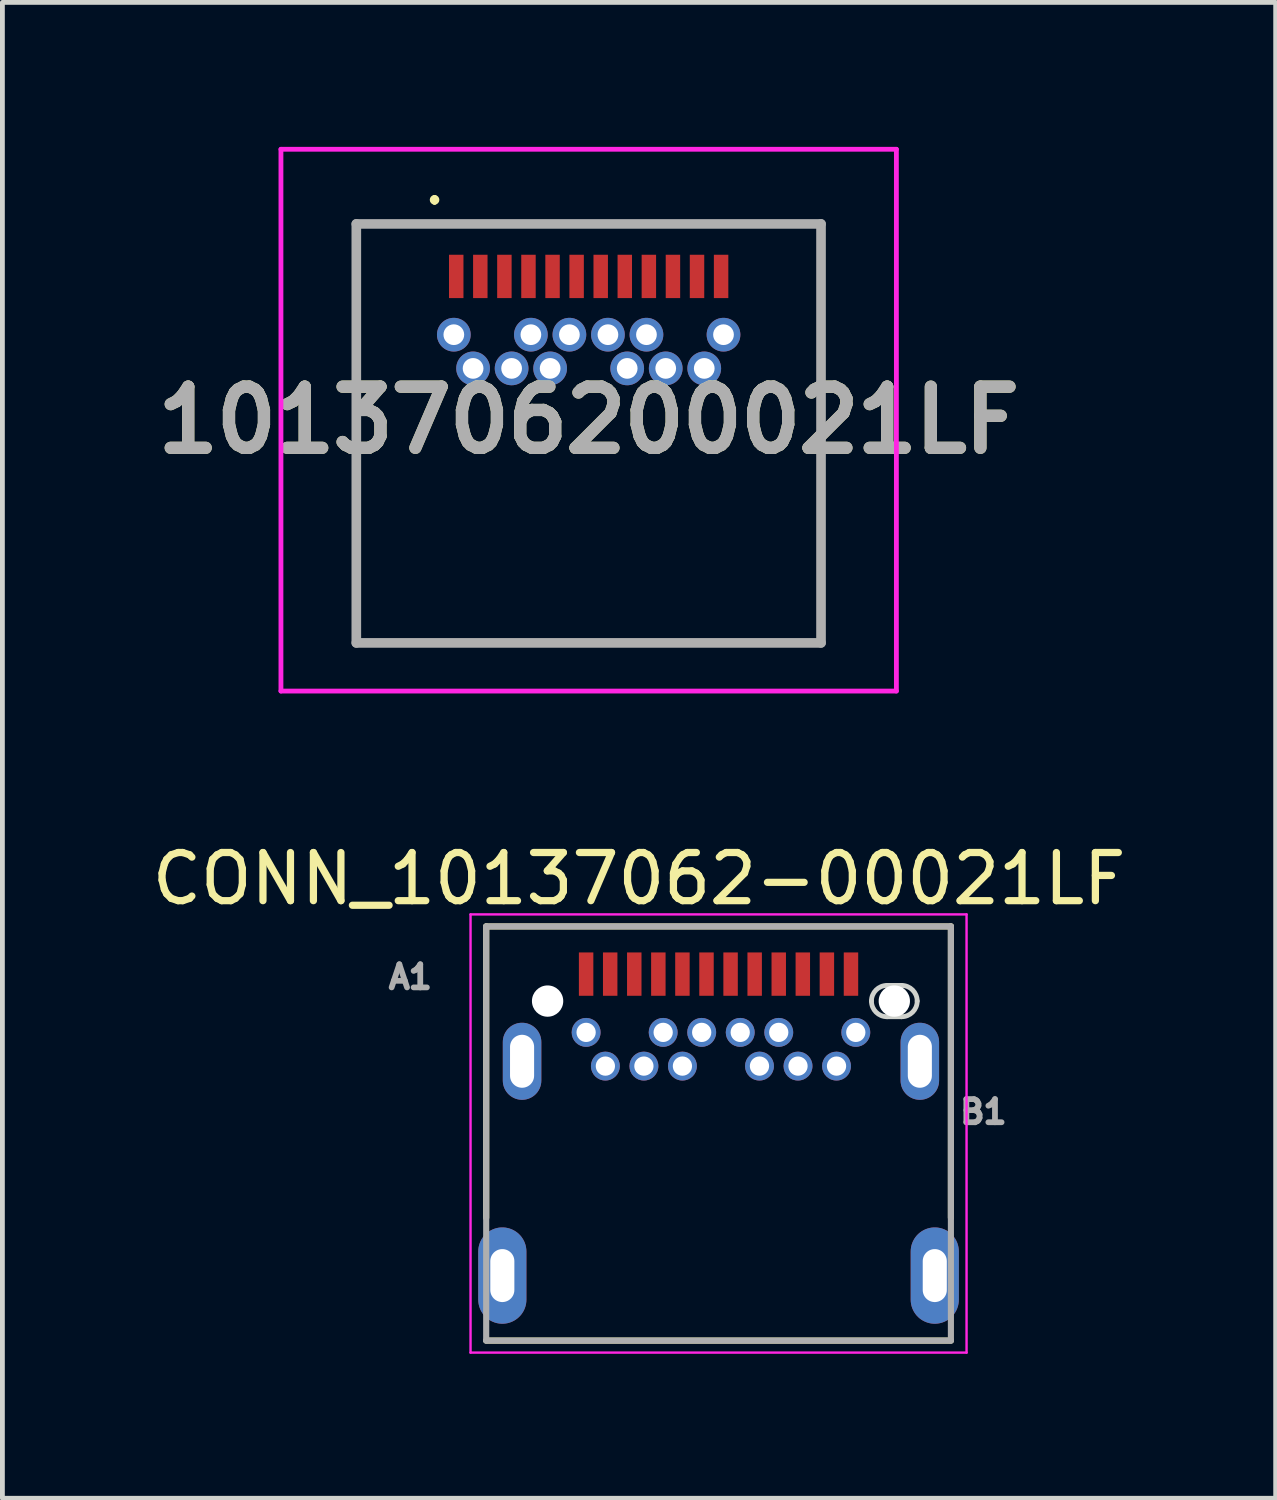
<source format=kicad_pcb>
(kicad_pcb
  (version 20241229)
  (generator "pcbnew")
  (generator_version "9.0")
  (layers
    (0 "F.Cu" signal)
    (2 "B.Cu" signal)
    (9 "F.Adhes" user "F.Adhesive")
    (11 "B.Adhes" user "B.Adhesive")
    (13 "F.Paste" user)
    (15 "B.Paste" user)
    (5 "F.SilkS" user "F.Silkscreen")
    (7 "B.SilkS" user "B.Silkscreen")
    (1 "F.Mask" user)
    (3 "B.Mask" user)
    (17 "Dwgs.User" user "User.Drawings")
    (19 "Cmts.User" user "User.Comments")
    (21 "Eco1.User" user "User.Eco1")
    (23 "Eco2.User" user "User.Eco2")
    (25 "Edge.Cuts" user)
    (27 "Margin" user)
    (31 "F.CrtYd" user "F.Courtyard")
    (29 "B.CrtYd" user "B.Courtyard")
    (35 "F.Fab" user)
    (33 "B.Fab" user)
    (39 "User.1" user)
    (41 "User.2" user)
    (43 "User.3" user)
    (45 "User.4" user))
  (footprint "CONN_10137062-00021LF"
    (layer "F.Cu")
    (at 11.871 17.738)
    (property "Reference" "CONN_10137062-00021LF" (at -1.651 -2.54 0) (layer "F.SilkS") (effects (font (size 1 1) (thickness 0.15))))
    (attr through_hole)
    (fp_line (start -4.825 -1.55) (end -4.825 4.5) (stroke (width 0.127) (type solid)) (layer "F.SilkS"))
    (fp_line (start -4.825 -1.55) (end 4.825 -1.55) (stroke (width 0.127) (type solid)) (layer "F.SilkS"))
    (fp_line (start 4.825 -1.55) (end 4.825 4.5) (stroke (width 0.127) (type solid)) (layer "F.SilkS"))
    (fp_line (start 4.825 7.05) (end -4.825 7.05) (stroke (width 0.127) (type solid)) (layer "F.SilkS"))
    (fp_line (start 3.5 -0.325) (end 3.8 -0.325) (stroke (width 0.1) (type solid)) (layer "Edge.Cuts"))
    (fp_line (start 3.8 0.325) (end 3.5 0.325) (stroke (width 0.1) (type solid)) (layer "Edge.Cuts"))
    (fp_arc (start 3.175 0) (mid 3.27019 -0.22981) (end 3.5 -0.325) (stroke (width 0.1) (type solid)) (layer "Edge.Cuts"))
    (fp_arc (start 3.5 0.325) (mid 3.27019 0.22981) (end 3.175 0) (stroke (width 0.1) (type solid)) (layer "Edge.Cuts"))
    (fp_arc (start 3.8 -0.325) (mid 4.02981 -0.22981) (end 4.125 0) (stroke (width 0.1) (type solid)) (layer "Edge.Cuts"))
    (fp_arc (start 4.125 0) (mid 4.02981 0.22981) (end 3.8 0.325) (stroke (width 0.1) (type solid)) (layer "Edge.Cuts"))
    (fp_line (start -5.15 -1.8) (end 5.15 -1.8) (stroke (width 0.05) (type solid)) (layer "F.CrtYd"))
    (fp_line (start -5.15 7.3) (end -5.15 -1.8) (stroke (width 0.05) (type solid)) (layer "F.CrtYd"))
    (fp_line (start 5.15 -1.8) (end 5.15 7.3) (stroke (width 0.05) (type solid)) (layer "F.CrtYd"))
    (fp_line (start 5.15 7.3) (end -5.15 7.3) (stroke (width 0.05) (type solid)) (layer "F.CrtYd"))
    (fp_line (start -4.825 -1.55) (end 4.825 -1.55) (stroke (width 0.127) (type solid)) (layer "F.Fab"))
    (fp_line (start -4.825 7.05) (end -4.825 -1.55) (stroke (width 0.127) (type solid)) (layer "F.Fab"))
    (fp_line (start 4.825 -1.55) (end 4.825 7.05) (stroke (width 0.127) (type solid)) (layer "F.Fab"))
    (fp_line (start 4.825 7.05) (end -4.825 7.05) (stroke (width 0.127) (type solid)) (layer "F.Fab"))
    (fp_text user "B1" (at 5.5 2.3 0) (layer "F.Fab") (effects (font (size 0.48 0.48) (thickness 0.15))))
    (fp_text user "A1" (at -6.4 -0.5 0) (layer "F.Fab") (effects (font (size 0.48 0.48) (thickness 0.15))))
    (pad "" np_thru_hole circle (at -3.55 0) (size 0.65 0.65) (drill 0.65) (layers "*.Cu" "*.Mask"))
    (pad "" np_thru_hole circle (at 3.65 0) (size 0.65 0.65) (drill 0.65) (layers "*.Cu" "*.Mask"))
    (pad "A1" smd rect (at -2.75 -0.56) (size 0.3 0.9) (layers "F.Cu" "F.Mask" "F.Paste"))
    (pad "A2" smd rect (at -2.25 -0.56) (size 0.3 0.9) (layers "F.Cu" "F.Mask" "F.Paste"))
    (pad "A3" smd rect (at -1.75 -0.56) (size 0.3 0.9) (layers "F.Cu" "F.Mask" "F.Paste"))
    (pad "A4" smd rect (at -1.25 -0.56) (size 0.3 0.9) (layers "F.Cu" "F.Mask" "F.Paste"))
    (pad "A5" smd rect (at -0.75 -0.56) (size 0.3 0.9) (layers "F.Cu" "F.Mask" "F.Paste"))
    (pad "A6" smd rect (at -0.25 -0.56) (size 0.3 0.9) (layers "F.Cu" "F.Mask" "F.Paste"))
    (pad "A7" smd rect (at 0.25 -0.56) (size 0.3 0.9) (layers "F.Cu" "F.Mask" "F.Paste"))
    (pad "A8" smd rect (at 0.75 -0.56) (size 0.3 0.9) (layers "F.Cu" "F.Mask" "F.Paste"))
    (pad "A9" smd rect (at 1.25 -0.56) (size 0.3 0.9) (layers "F.Cu" "F.Mask" "F.Paste"))
    (pad "A10" smd rect (at 1.75 -0.56) (size 0.3 0.9) (layers "F.Cu" "F.Mask" "F.Paste"))
    (pad "A11" smd rect (at 2.25 -0.56) (size 0.3 0.9) (layers "F.Cu" "F.Mask" "F.Paste"))
    (pad "A12" smd rect (at 2.75 -0.56) (size 0.3 0.9) (layers "F.Cu" "F.Mask" "F.Paste"))
    (pad "B1" thru_hole circle (at 2.85 0.65) (size 0.6 0.6) (drill 0.4) (layers "*.Cu" "*.Mask"))
    (pad "B2" thru_hole circle (at 2.45 1.35) (size 0.6 0.6) (drill 0.4) (layers "*.Cu" "*.Mask"))
    (pad "B3" thru_hole circle (at 1.65 1.35) (size 0.6 0.6) (drill 0.4) (layers "*.Cu" "*.Mask"))
    (pad "B4" thru_hole circle (at 1.25 0.65) (size 0.6 0.6) (drill 0.4) (layers "*.Cu" "*.Mask"))
    (pad "B5" thru_hole circle (at 0.85 1.35) (size 0.6 0.6) (drill 0.4) (layers "*.Cu" "*.Mask"))
    (pad "B6" thru_hole circle (at 0.45 0.65) (size 0.6 0.6) (drill 0.4) (layers "*.Cu" "*.Mask"))
    (pad "B7" thru_hole circle (at -0.35 0.65) (size 0.6 0.6) (drill 0.4) (layers "*.Cu" "*.Mask"))
    (pad "B8" thru_hole circle (at -0.75 1.35) (size 0.6 0.6) (drill 0.4) (layers "*.Cu" "*.Mask"))
    (pad "B9" thru_hole circle (at -1.15 0.65) (size 0.6 0.6) (drill 0.4) (layers "*.Cu" "*.Mask"))
    (pad "B10" thru_hole circle (at -1.55 1.35) (size 0.6 0.6) (drill 0.4) (layers "*.Cu" "*.Mask"))
    (pad "B11" thru_hole circle (at -2.35 1.35) (size 0.6 0.6) (drill 0.4) (layers "*.Cu" "*.Mask"))
    (pad "B12" thru_hole circle (at -2.75 0.65) (size 0.6 0.6) (drill 0.4) (layers "*.Cu" "*.Mask"))
    (pad "S1" thru_hole oval (at -4.08 1.25) (size 0.8 1.6) (drill oval 0.5 1.1) (layers "*.Cu" "*.Mask"))
    (pad "S2" thru_hole oval (at 4.18 1.25) (size 0.8 1.6) (drill oval 0.5 1.1) (layers "*.Cu" "*.Mask"))
    (pad "S3" thru_hole oval (at -4.49 5.7) (size 1 2) (drill oval 0.5 1.1) (layers "*.Cu" "*.Mask"))
    (pad "S4" thru_hole oval (at 4.49 5.7) (size 1 2) (drill oval 0.5 1.1) (layers "*.Cu" "*.Mask")))
  (footprint "1013706200021LF"
    (layer "F.Cu")
    (at 9.174 4.5)
    (property "Reference" "1013706200021LF" (at 0 1.175 0) (layer "F.SilkS") (effects (font (size 1.27 1.27) (thickness 0.254))))
    (attr through_hole)
    (fp_line (start -3.2 -3.45) (end -3.2 -3.45) (stroke (width 0.1) (type solid)) (layer "F.SilkS"))
    (fp_line (start -3.2 -3.35) (end -3.2 -3.35) (stroke (width 0.1) (type solid)) (layer "F.SilkS"))
    (fp_arc (start -3.2 -3.45) (mid -3.15 -3.4) (end -3.2 -3.35) (stroke (width 0.1) (type solid)) (layer "F.SilkS"))
    (fp_arc (start -3.2 -3.35) (mid -3.25 -3.4) (end -3.2 -3.45) (stroke (width 0.1) (type solid)) (layer "F.SilkS"))
    (fp_line (start -6.39 -4.45) (end 6.39 -4.45) (stroke (width 0.1) (type solid)) (layer "F.CrtYd"))
    (fp_line (start -6.39 6.8) (end -6.39 -4.45) (stroke (width 0.1) (type solid)) (layer "F.CrtYd"))
    (fp_line (start 6.39 -4.45) (end 6.39 6.8) (stroke (width 0.1) (type solid)) (layer "F.CrtYd"))
    (fp_line (start 6.39 6.8) (end -6.39 6.8) (stroke (width 0.1) (type solid)) (layer "F.CrtYd"))
    (fp_line (start -4.825 -2.9) (end 4.825 -2.9) (stroke (width 0.2) (type solid)) (layer "F.Fab"))
    (fp_line (start -4.825 5.8) (end -4.825 -2.9) (stroke (width 0.2) (type solid)) (layer "F.Fab"))
    (fp_line (start 4.825 -2.9) (end 4.825 5.8) (stroke (width 0.2) (type solid)) (layer "F.Fab"))
    (fp_line (start 4.825 5.8) (end -4.825 5.8) (stroke (width 0.2) (type solid)) (layer "F.Fab"))
    (fp_text user "${REFERENCE}" (at 0 1.175 0) (layer "F.Fab") (effects (font (size 1.27 1.27) (thickness 0.254))))
    (pad "" np_thru_hole circle (at -3.6 -1.25) (size 0.001 0.001) (drill 0.675) (layers "*.Cu" "*.Mask"))
    (pad "" np_thru_hole circle (at 3.6 -1.25) (size 0.001 0.001) (drill 0.95) (layers "*.Cu" "*.Mask"))
    (pad "A1" smd rect (at -2.75 -1.81) (size 0.3 0.9) (layers "F.Cu" "F.Mask" "F.Paste"))
    (pad "A2" smd rect (at -2.25 -1.81) (size 0.3 0.9) (layers "F.Cu" "F.Mask" "F.Paste"))
    (pad "A3" smd rect (at -1.75 -1.81) (size 0.3 0.9) (layers "F.Cu" "F.Mask" "F.Paste"))
    (pad "A4" smd rect (at -1.25 -1.81) (size 0.3 0.9) (layers "F.Cu" "F.Mask" "F.Paste"))
    (pad "A5" smd rect (at -0.75 -1.81) (size 0.3 0.9) (layers "F.Cu" "F.Mask" "F.Paste"))
    (pad "A6" smd rect (at -0.25 -1.81) (size 0.3 0.9) (layers "F.Cu" "F.Mask" "F.Paste"))
    (pad "A7" smd rect (at 0.25 -1.81) (size 0.3 0.9) (layers "F.Cu" "F.Mask" "F.Paste"))
    (pad "A8" smd rect (at 0.75 -1.81) (size 0.3 0.9) (layers "F.Cu" "F.Mask" "F.Paste"))
    (pad "A9" smd rect (at 1.25 -1.81) (size 0.3 0.9) (layers "F.Cu" "F.Mask" "F.Paste"))
    (pad "A10" smd rect (at 1.75 -1.81) (size 0.3 0.9) (layers "F.Cu" "F.Mask" "F.Paste"))
    (pad "A11" smd rect (at 2.25 -1.81) (size 0.3 0.9) (layers "F.Cu" "F.Mask" "F.Paste"))
    (pad "A12" smd rect (at 2.75 -1.81) (size 0.3 0.9) (layers "F.Cu" "F.Mask" "F.Paste"))
    (pad "B1" thru_hole circle (at 2.8 -0.6) (size 0.7 0.7) (drill 0.43) (layers "*.Cu" "*.Mask"))
    (pad "B2" thru_hole circle (at 2.4 0.1) (size 0.7 0.7) (drill 0.43) (layers "*.Cu" "*.Mask"))
    (pad "B3" thru_hole circle (at 1.6 0.1) (size 0.7 0.7) (drill 0.43) (layers "*.Cu" "*.Mask"))
    (pad "B4" thru_hole circle (at 1.2 -0.6) (size 0.7 0.7) (drill 0.43) (layers "*.Cu" "*.Mask"))
    (pad "B5" thru_hole circle (at 0.8 0.1) (size 0.7 0.7) (drill 0.43) (layers "*.Cu" "*.Mask"))
    (pad "B6" thru_hole circle (at 0.4 -0.6) (size 0.7 0.7) (drill 0.43) (layers "*.Cu" "*.Mask"))
    (pad "B7" thru_hole circle (at -0.4 -0.6) (size 0.7 0.7) (drill 0.43) (layers "*.Cu" "*.Mask"))
    (pad "B8" thru_hole circle (at -0.8 0.1) (size 0.7 0.7) (drill 0.43) (layers "*.Cu" "*.Mask"))
    (pad "B9" thru_hole circle (at -1.2 -0.6) (size 0.7 0.7) (drill 0.43) (layers "*.Cu" "*.Mask"))
    (pad "B10" thru_hole circle (at -1.6 0.1) (size 0.7 0.7) (drill 0.43) (layers "*.Cu" "*.Mask"))
    (pad "B11" thru_hole circle (at -2.4 0.1) (size 0.7 0.7) (drill 0.43) (layers "*.Cu" "*.Mask"))
    (pad "B12" thru_hole circle (at -2.8 -0.6) (size 0.7 0.7) (drill 0.43) (layers "*.Cu" "*.Mask")))
  (gr_rect
    (start -3 -3)
    (end 23.44 28.063)
    (stroke (width 0.1) (type default))
    (fill no)
    (layer "Edge.Cuts")))
</source>
